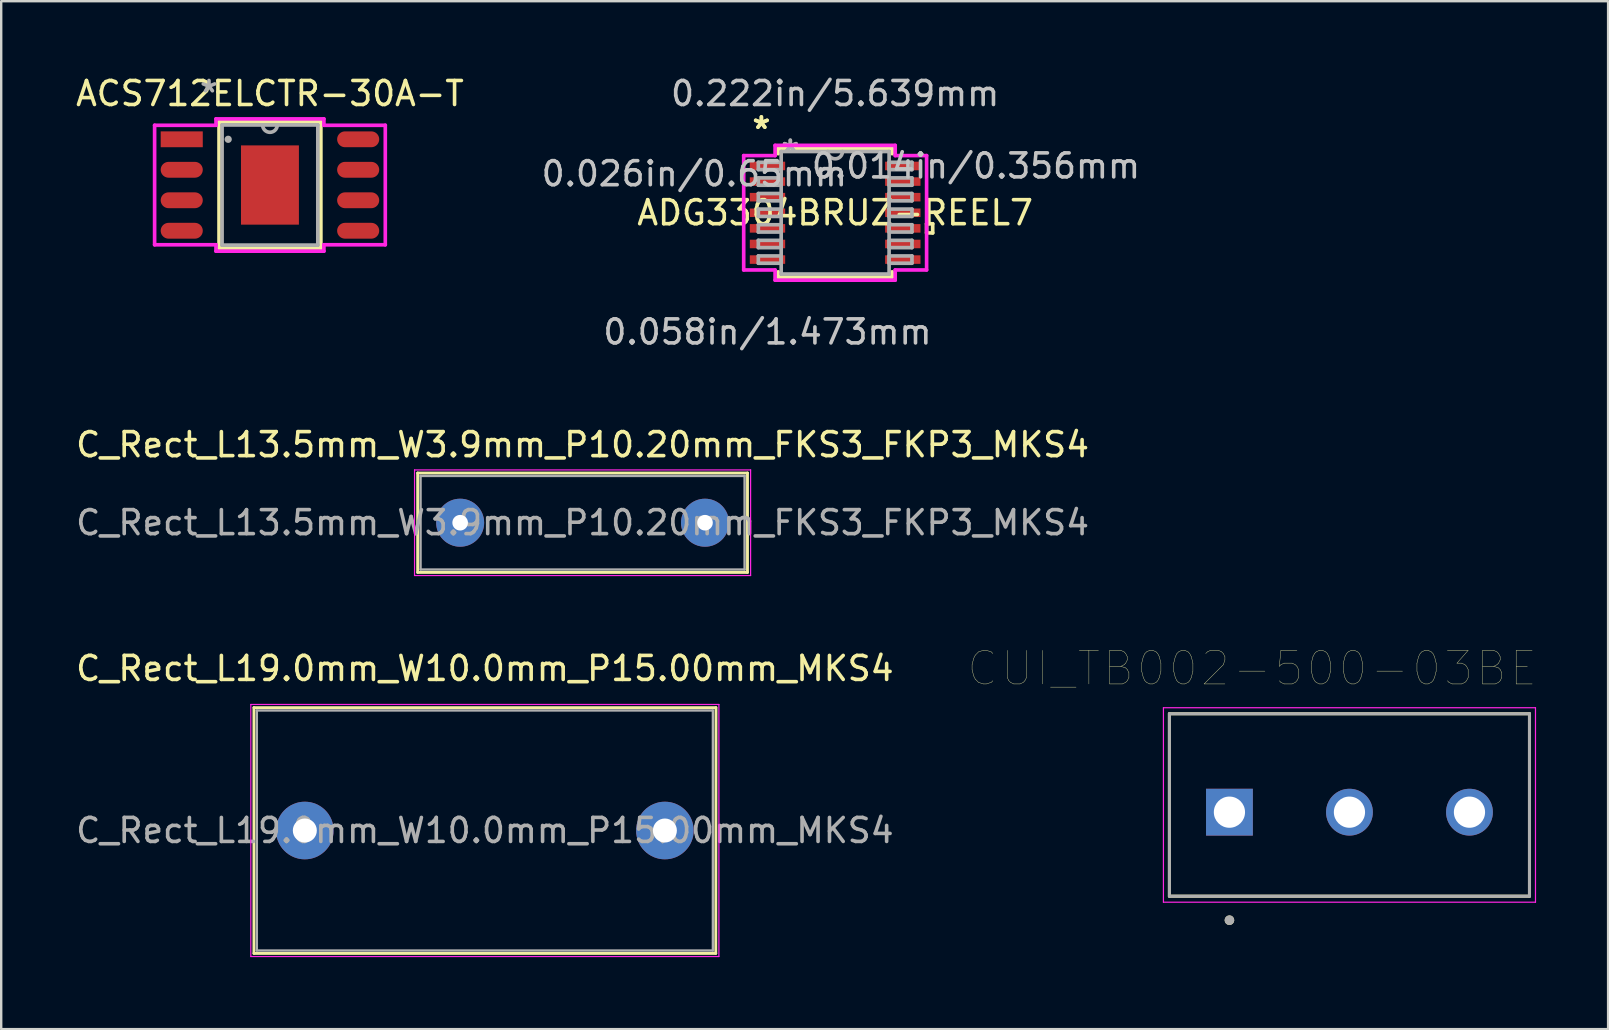
<source format=kicad_pcb>
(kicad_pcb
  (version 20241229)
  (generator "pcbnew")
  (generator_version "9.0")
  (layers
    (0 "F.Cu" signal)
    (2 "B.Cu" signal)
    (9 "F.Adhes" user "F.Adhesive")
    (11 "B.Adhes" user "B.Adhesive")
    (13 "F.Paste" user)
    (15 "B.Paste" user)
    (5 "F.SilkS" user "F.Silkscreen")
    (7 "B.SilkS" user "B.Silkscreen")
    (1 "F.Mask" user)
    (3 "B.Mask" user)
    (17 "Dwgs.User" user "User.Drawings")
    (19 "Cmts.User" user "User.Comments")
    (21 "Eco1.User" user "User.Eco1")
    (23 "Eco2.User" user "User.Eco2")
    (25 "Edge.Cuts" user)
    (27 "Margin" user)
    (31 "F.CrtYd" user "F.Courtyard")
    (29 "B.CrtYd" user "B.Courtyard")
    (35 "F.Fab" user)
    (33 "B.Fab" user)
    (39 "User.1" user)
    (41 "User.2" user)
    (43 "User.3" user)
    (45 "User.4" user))
  (footprint "ADG3304BRUZ-REEL7"
    (layer "F.Cu")
    (at 31.742 5.814)
    (property "Reference" "ADG3304BRUZ-REEL7" (at 0 0 0) (layer "F.SilkS") (effects (font (size 1 1) (thickness 0.15))))
    (attr through_hole)
    (fp_line (start -2.375 -2.68) (end -2.375 -2.461) (stroke (width 0.152) (type solid)) (layer "F.SilkS"))
    (fp_line (start -2.375 2.461) (end -2.375 2.68) (stroke (width 0.152) (type solid)) (layer "F.SilkS"))
    (fp_line (start -2.375 2.68) (end 2.375 2.68) (stroke (width 0.152) (type solid)) (layer "F.SilkS"))
    (fp_line (start 2.375 -2.68) (end -2.375 -2.68) (stroke (width 0.152) (type solid)) (layer "F.SilkS"))
    (fp_line (start 2.375 -2.461) (end 2.375 -2.68) (stroke (width 0.152) (type solid)) (layer "F.SilkS"))
    (fp_line (start 2.375 2.68) (end 2.375 2.461) (stroke (width 0.152) (type solid)) (layer "F.SilkS"))
    (fp_line (start 3.81 0.459) (end 4.064 0.459) (stroke (width 0.152) (type solid)) (layer "F.SilkS"))
    (fp_line (start 3.81 0.84) (end 3.81 0.459) (stroke (width 0.152) (type solid)) (layer "F.SilkS"))
    (fp_line (start 4.064 0.459) (end 4.064 0.84) (stroke (width 0.152) (type solid)) (layer "F.SilkS"))
    (fp_line (start 4.064 0.84) (end 3.81 0.84) (stroke (width 0.152) (type solid)) (layer "F.SilkS"))
    (fp_line (start -3.81 -2.382) (end -2.502 -2.382) (stroke (width 0.152) (type solid)) (layer "F.CrtYd"))
    (fp_line (start -3.81 2.382) (end -3.81 -2.382) (stroke (width 0.152) (type solid)) (layer "F.CrtYd"))
    (fp_line (start -2.502 -2.807) (end 2.502 -2.807) (stroke (width 0.152) (type solid)) (layer "F.CrtYd"))
    (fp_line (start -2.502 -2.382) (end -2.502 -2.807) (stroke (width 0.152) (type solid)) (layer "F.CrtYd"))
    (fp_line (start -2.502 2.382) (end -3.81 2.382) (stroke (width 0.152) (type solid)) (layer "F.CrtYd"))
    (fp_line (start -2.502 2.807) (end -2.502 2.382) (stroke (width 0.152) (type solid)) (layer "F.CrtYd"))
    (fp_line (start 2.502 -2.807) (end 2.502 -2.382) (stroke (width 0.152) (type solid)) (layer "F.CrtYd"))
    (fp_line (start 2.502 -2.382) (end 3.81 -2.382) (stroke (width 0.152) (type solid)) (layer "F.CrtYd"))
    (fp_line (start 2.502 2.382) (end 2.502 2.807) (stroke (width 0.152) (type solid)) (layer "F.CrtYd"))
    (fp_line (start 2.502 2.807) (end -2.502 2.807) (stroke (width 0.152) (type solid)) (layer "F.CrtYd"))
    (fp_line (start 3.81 -2.382) (end 3.81 2.382) (stroke (width 0.152) (type solid)) (layer "F.CrtYd"))
    (fp_line (start 3.81 2.382) (end 2.502 2.382) (stroke (width 0.152) (type solid)) (layer "F.CrtYd"))
    (fp_line (start -3.2 -2.102) (end -3.2 -1.798) (stroke (width 0.152) (type solid)) (layer "F.Fab"))
    (fp_line (start -3.2 -1.798) (end -2.248 -1.798) (stroke (width 0.152) (type solid)) (layer "F.Fab"))
    (fp_line (start -3.2 -1.452) (end -3.2 -1.148) (stroke (width 0.152) (type solid)) (layer "F.Fab"))
    (fp_line (start -3.2 -1.148) (end -2.248 -1.148) (stroke (width 0.152) (type solid)) (layer "F.Fab"))
    (fp_line (start -3.2 -0.802) (end -3.2 -0.498) (stroke (width 0.152) (type solid)) (layer "F.Fab"))
    (fp_line (start -3.2 -0.498) (end -2.248 -0.498) (stroke (width 0.152) (type solid)) (layer "F.Fab"))
    (fp_line (start -3.2 -0.152) (end -3.2 0.152) (stroke (width 0.152) (type solid)) (layer "F.Fab"))
    (fp_line (start -3.2 0.152) (end -2.248 0.152) (stroke (width 0.152) (type solid)) (layer "F.Fab"))
    (fp_line (start -3.2 0.498) (end -3.2 0.802) (stroke (width 0.152) (type solid)) (layer "F.Fab"))
    (fp_line (start -3.2 0.802) (end -2.248 0.802) (stroke (width 0.152) (type solid)) (layer "F.Fab"))
    (fp_line (start -3.2 1.148) (end -3.2 1.452) (stroke (width 0.152) (type solid)) (layer "F.Fab"))
    (fp_line (start -3.2 1.452) (end -2.248 1.452) (stroke (width 0.152) (type solid)) (layer "F.Fab"))
    (fp_line (start -3.2 1.798) (end -3.2 2.102) (stroke (width 0.152) (type solid)) (layer "F.Fab"))
    (fp_line (start -3.2 2.102) (end -2.248 2.102) (stroke (width 0.152) (type solid)) (layer "F.Fab"))
    (fp_line (start -2.248 -2.553) (end -2.248 2.553) (stroke (width 0.152) (type solid)) (layer "F.Fab"))
    (fp_line (start -2.248 -2.102) (end -3.2 -2.102) (stroke (width 0.152) (type solid)) (layer "F.Fab"))
    (fp_line (start -2.248 -1.798) (end -2.248 -2.102) (stroke (width 0.152) (type solid)) (layer "F.Fab"))
    (fp_line (start -2.248 -1.452) (end -3.2 -1.452) (stroke (width 0.152) (type solid)) (layer "F.Fab"))
    (fp_line (start -2.248 -1.148) (end -2.248 -1.452) (stroke (width 0.152) (type solid)) (layer "F.Fab"))
    (fp_line (start -2.248 -0.802) (end -3.2 -0.802) (stroke (width 0.152) (type solid)) (layer "F.Fab"))
    (fp_line (start -2.248 -0.498) (end -2.248 -0.802) (stroke (width 0.152) (type solid)) (layer "F.Fab"))
    (fp_line (start -2.248 -0.152) (end -3.2 -0.152) (stroke (width 0.152) (type solid)) (layer "F.Fab"))
    (fp_line (start -2.248 0.152) (end -2.248 -0.152) (stroke (width 0.152) (type solid)) (layer "F.Fab"))
    (fp_line (start -2.248 0.498) (end -3.2 0.498) (stroke (width 0.152) (type solid)) (layer "F.Fab"))
    (fp_line (start -2.248 0.802) (end -2.248 0.498) (stroke (width 0.152) (type solid)) (layer "F.Fab"))
    (fp_line (start -2.248 1.148) (end -3.2 1.148) (stroke (width 0.152) (type solid)) (layer "F.Fab"))
    (fp_line (start -2.248 1.452) (end -2.248 1.148) (stroke (width 0.152) (type solid)) (layer "F.Fab"))
    (fp_line (start -2.248 1.798) (end -3.2 1.798) (stroke (width 0.152) (type solid)) (layer "F.Fab"))
    (fp_line (start -2.248 2.102) (end -2.248 1.798) (stroke (width 0.152) (type solid)) (layer "F.Fab"))
    (fp_line (start -2.248 2.553) (end 2.248 2.553) (stroke (width 0.152) (type solid)) (layer "F.Fab"))
    (fp_line (start 2.248 -2.553) (end -2.248 -2.553) (stroke (width 0.152) (type solid)) (layer "F.Fab"))
    (fp_line (start 2.248 -2.102) (end 2.248 -1.798) (stroke (width 0.152) (type solid)) (layer "F.Fab"))
    (fp_line (start 2.248 -1.798) (end 3.2 -1.798) (stroke (width 0.152) (type solid)) (layer "F.Fab"))
    (fp_line (start 2.248 -1.452) (end 2.248 -1.148) (stroke (width 0.152) (type solid)) (layer "F.Fab"))
    (fp_line (start 2.248 -1.148) (end 3.2 -1.148) (stroke (width 0.152) (type solid)) (layer "F.Fab"))
    (fp_line (start 2.248 -0.802) (end 2.248 -0.498) (stroke (width 0.152) (type solid)) (layer "F.Fab"))
    (fp_line (start 2.248 -0.498) (end 3.2 -0.498) (stroke (width 0.152) (type solid)) (layer "F.Fab"))
    (fp_line (start 2.248 -0.152) (end 2.248 0.152) (stroke (width 0.152) (type solid)) (layer "F.Fab"))
    (fp_line (start 2.248 0.152) (end 3.2 0.152) (stroke (width 0.152) (type solid)) (layer "F.Fab"))
    (fp_line (start 2.248 0.498) (end 2.248 0.802) (stroke (width 0.152) (type solid)) (layer "F.Fab"))
    (fp_line (start 2.248 0.802) (end 3.2 0.802) (stroke (width 0.152) (type solid)) (layer "F.Fab"))
    (fp_line (start 2.248 1.148) (end 2.248 1.452) (stroke (width 0.152) (type solid)) (layer "F.Fab"))
    (fp_line (start 2.248 1.452) (end 3.2 1.452) (stroke (width 0.152) (type solid)) (layer "F.Fab"))
    (fp_line (start 2.248 1.798) (end 2.248 2.102) (stroke (width 0.152) (type solid)) (layer "F.Fab"))
    (fp_line (start 2.248 2.102) (end 3.2 2.102) (stroke (width 0.152) (type solid)) (layer "F.Fab"))
    (fp_line (start 2.248 2.553) (end 2.248 -2.553) (stroke (width 0.152) (type solid)) (layer "F.Fab"))
    (fp_line (start 3.2 -2.102) (end 2.248 -2.102) (stroke (width 0.152) (type solid)) (layer "F.Fab"))
    (fp_line (start 3.2 -1.798) (end 3.2 -2.102) (stroke (width 0.152) (type solid)) (layer "F.Fab"))
    (fp_line (start 3.2 -1.452) (end 2.248 -1.452) (stroke (width 0.152) (type solid)) (layer "F.Fab"))
    (fp_line (start 3.2 -1.148) (end 3.2 -1.452) (stroke (width 0.152) (type solid)) (layer "F.Fab"))
    (fp_line (start 3.2 -0.802) (end 2.248 -0.802) (stroke (width 0.152) (type solid)) (layer "F.Fab"))
    (fp_line (start 3.2 -0.498) (end 3.2 -0.802) (stroke (width 0.152) (type solid)) (layer "F.Fab"))
    (fp_line (start 3.2 -0.152) (end 2.248 -0.152) (stroke (width 0.152) (type solid)) (layer "F.Fab"))
    (fp_line (start 3.2 0.152) (end 3.2 -0.152) (stroke (width 0.152) (type solid)) (layer "F.Fab"))
    (fp_line (start 3.2 0.498) (end 2.248 0.498) (stroke (width 0.152) (type solid)) (layer "F.Fab"))
    (fp_line (start 3.2 0.802) (end 3.2 0.498) (stroke (width 0.152) (type solid)) (layer "F.Fab"))
    (fp_line (start 3.2 1.148) (end 2.248 1.148) (stroke (width 0.152) (type solid)) (layer "F.Fab"))
    (fp_line (start 3.2 1.452) (end 3.2 1.148) (stroke (width 0.152) (type solid)) (layer "F.Fab"))
    (fp_line (start 3.2 1.798) (end 2.248 1.798) (stroke (width 0.152) (type solid)) (layer "F.Fab"))
    (fp_line (start 3.2 2.102) (end 3.2 1.798) (stroke (width 0.152) (type solid)) (layer "F.Fab"))
    (fp_arc (start 0.3048 -2.5527) (mid 0 -2.2479) (end -0.3048 -2.5527) (stroke (width 0.1524) (type solid)) (layer "F.Fab"))
    (fp_text user "*" (at -3.073 -3.449 0) (layer "F.SilkS") (effects (font (size 1 1) (thickness 0.15))))
    (fp_text user "*" (at -3.073 -3.449 0) (layer "F.SilkS") (effects (font (size 1 1) (thickness 0.15))))
    (fp_text user "0.026in/0.65mm" (at -5.867 -1.625 0) (layer "Dwgs.User") (effects (font (size 1 1) (thickness 0.15))))
    (fp_text user "0.014in/0.356mm" (at 5.867 -1.95 0) (layer "Dwgs.User") (effects (font (size 1 1) (thickness 0.15))))
    (fp_text user "0.058in/1.473mm" (at -2.819 4.966 0) (layer "Dwgs.User") (effects (font (size 1 1) (thickness 0.15))))
    (fp_text user "0.222in/5.639mm" (at 0 -4.966 0) (layer "Dwgs.User") (effects (font (size 1 1) (thickness 0.15))))
    (fp_text user "Copyright 2016 Accelerated Designs. All rights reserved." (at 0 0 0) (layer "Cmts.User") (effects (font (size 0.127 0.127) (thickness 0.002))))
    (fp_text user "*" (at -1.867 -2.477 0) (layer "F.Fab") (effects (font (size 1 1) (thickness 0.15))))
    (fp_text user "*" (at -1.867 -2.477 0) (layer "F.Fab") (effects (font (size 1 1) (thickness 0.15))))
    (pad "1" smd rect (at -2.819 -1.95) (size 1.473 0.356) (layers "F.Cu" "F.Mask" "F.Paste"))
    (pad "2" smd rect (at -2.819 -1.3) (size 1.473 0.356) (layers "F.Cu" "F.Mask" "F.Paste"))
    (pad "3" smd rect (at -2.819 -0.65) (size 1.473 0.356) (layers "F.Cu" "F.Mask" "F.Paste"))
    (pad "4" smd rect (at -2.819 0) (size 1.473 0.356) (layers "F.Cu" "F.Mask" "F.Paste"))
    (pad "5" smd rect (at -2.819 0.65) (size 1.473 0.356) (layers "F.Cu" "F.Mask" "F.Paste"))
    (pad "6" smd rect (at -2.819 1.3) (size 1.473 0.356) (layers "F.Cu" "F.Mask" "F.Paste"))
    (pad "7" smd rect (at -2.819 1.95) (size 1.473 0.356) (layers "F.Cu" "F.Mask" "F.Paste"))
    (pad "8" smd rect (at 2.819 1.95) (size 1.473 0.356) (layers "F.Cu" "F.Mask" "F.Paste"))
    (pad "9" smd rect (at 2.819 1.3) (size 1.473 0.356) (layers "F.Cu" "F.Mask" "F.Paste"))
    (pad "10" smd rect (at 2.819 0.65) (size 1.473 0.356) (layers "F.Cu" "F.Mask" "F.Paste"))
    (pad "11" smd rect (at 2.819 0) (size 1.473 0.356) (layers "F.Cu" "F.Mask" "F.Paste"))
    (pad "12" smd rect (at 2.819 -0.65) (size 1.473 0.356) (layers "F.Cu" "F.Mask" "F.Paste"))
    (pad "13" smd rect (at 2.819 -1.3) (size 1.473 0.356) (layers "F.Cu" "F.Mask" "F.Paste"))
    (pad "14" smd rect (at 2.819 -1.95) (size 1.473 0.356) (layers "F.Cu" "F.Mask" "F.Paste")))
  (footprint "C_Rect_L19.0mm_W10.0mm_P15.00mm_MKS4"
    (layer "F.Cu")
    (at 9.649 31.549)
    (property "Reference" "C_Rect_L19.0mm_W10.0mm_P15.00mm_MKS4" (at 7.5 -6.75 0) (layer "F.SilkS") (effects (font (size 1 1) (thickness 0.15))))
    (attr through_hole)
    (fp_line (start -2.12 -5.12) (end -2.12 5.12) (stroke (width 0.12) (type solid)) (layer "F.SilkS"))
    (fp_line (start -2.12 -5.12) (end 17.12 -5.12) (stroke (width 0.12) (type solid)) (layer "F.SilkS"))
    (fp_line (start -2.12 5.12) (end 17.12 5.12) (stroke (width 0.12) (type solid)) (layer "F.SilkS"))
    (fp_line (start 17.13 -5.12) (end 17.12 5.12) (stroke (width 0.12) (type solid)) (layer "F.SilkS"))
    (fp_line (start -2.25 -5.25) (end -2.25 5.25) (stroke (width 0.05) (type solid)) (layer "F.CrtYd"))
    (fp_line (start -2.25 5.25) (end 17.25 5.25) (stroke (width 0.05) (type solid)) (layer "F.CrtYd"))
    (fp_line (start 17.25 -5.25) (end -2.25 -5.25) (stroke (width 0.05) (type solid)) (layer "F.CrtYd"))
    (fp_line (start 17.25 5.25) (end 17.25 -5.25) (stroke (width 0.05) (type solid)) (layer "F.CrtYd"))
    (fp_line (start -2 -5) (end -2 5) (stroke (width 0.1) (type solid)) (layer "F.Fab"))
    (fp_line (start -2 5) (end 17 5) (stroke (width 0.1) (type solid)) (layer "F.Fab"))
    (fp_line (start 17 -5) (end -2 -5) (stroke (width 0.1) (type solid)) (layer "F.Fab"))
    (fp_line (start 17 5) (end 17 -5) (stroke (width 0.1) (type solid)) (layer "F.Fab"))
    (fp_text user "${REFERENCE}" (at 7.5 0 0) (layer "F.Fab") (effects (font (size 1 1) (thickness 0.15))))
    (pad "1" thru_hole circle (at 0 0) (size 2.4 2.4) (drill 1) (layers "*.Cu" "*.Mask"))
    (pad "2" thru_hole circle (at 15 0) (size 2.4 2.4) (drill 1) (layers "*.Cu" "*.Mask")))
  (footprint "CUI_TB002-500-03BE"
    (layer "F.Cu")
    (at 48.168 30.785)
    (property "Reference" "CUI_TB002-500-03BE" (at 0.945 -5.989 0) (layer "F.SilkS") (effects (font (size 1.4 1.4) (thickness 0.015))))
    (attr through_hole)
    (fp_line (start -2.5 -4.1) (end 12.5 -4.1) (stroke (width 0.127) (type solid)) (layer "F.SilkS"))
    (fp_line (start -2.5 3.5) (end -2.5 -4.1) (stroke (width 0.127) (type solid)) (layer "F.SilkS"))
    (fp_line (start 12.5 -4.1) (end 12.5 3.5) (stroke (width 0.127) (type solid)) (layer "F.SilkS"))
    (fp_line (start 12.5 3.5) (end -2.5 3.5) (stroke (width 0.127) (type solid)) (layer "F.SilkS"))
    (fp_circle (center 0 4.5) (end 0.1 4.5) (stroke (width 0.2) (type solid)) (fill no) (layer "F.SilkS"))
    (fp_line (start -2.75 -4.35) (end 12.75 -4.35) (stroke (width 0.05) (type solid)) (layer "F.CrtYd"))
    (fp_line (start -2.75 3.75) (end -2.75 -4.35) (stroke (width 0.05) (type solid)) (layer "F.CrtYd"))
    (fp_line (start 12.75 -4.35) (end 12.75 3.75) (stroke (width 0.05) (type solid)) (layer "F.CrtYd"))
    (fp_line (start 12.75 3.75) (end -2.75 3.75) (stroke (width 0.05) (type solid)) (layer "F.CrtYd"))
    (fp_line (start -2.5 -4.1) (end 12.5 -4.1) (stroke (width 0.127) (type solid)) (layer "F.Fab"))
    (fp_line (start -2.5 3.5) (end -2.5 -4.1) (stroke (width 0.127) (type solid)) (layer "F.Fab"))
    (fp_line (start 12.5 -4.1) (end 12.5 3.5) (stroke (width 0.127) (type solid)) (layer "F.Fab"))
    (fp_line (start 12.5 3.5) (end -2.5 3.5) (stroke (width 0.127) (type solid)) (layer "F.Fab"))
    (fp_circle (center 0 4.5) (end 0.1 4.5) (stroke (width 0.2) (type solid)) (fill no) (layer "F.Fab"))
    (pad "1" thru_hole rect (at 0 0) (size 1.95 1.95) (drill 1.3) (layers "*.Cu" "*.Mask"))
    (pad "2" thru_hole circle (at 5 0) (size 1.95 1.95) (drill 1.3) (layers "*.Cu" "*.Mask"))
    (pad "3" thru_hole circle (at 10 0) (size 1.95 1.95) (drill 1.3) (layers "*.Cu" "*.Mask")))
  (footprint "ACS712ELCTR-30A-T"
    (layer "F.Cu")
    (at 8.196 4.658)
    (property "Reference" "ACS712ELCTR-30A-T" (at 0 -3.81 0) (layer "F.SilkS") (effects (font (size 1 1) (thickness 0.15))))
    (attr through_hole)
    (fp_line (start -2.121 -2.629) (end -2.121 2.629) (stroke (width 0.152) (type solid)) (layer "F.SilkS"))
    (fp_line (start -2.121 2.629) (end 2.121 2.629) (stroke (width 0.152) (type solid)) (layer "F.SilkS"))
    (fp_line (start 2.121 -2.629) (end -2.121 -2.629) (stroke (width 0.152) (type solid)) (layer "F.SilkS"))
    (fp_line (start 2.121 2.629) (end 2.121 -2.629) (stroke (width 0.152) (type solid)) (layer "F.SilkS"))
    (fp_line (start -1.107 -1.551) (end -1.107 -0.1) (stroke (width 0.152) (type solid)) (layer "F.Paste"))
    (fp_line (start -1.107 -0.1) (end 1.107 -0.1) (stroke (width 0.152) (type solid)) (layer "F.Paste"))
    (fp_line (start -1.107 0.1) (end -1.107 1.551) (stroke (width 0.152) (type solid)) (layer "F.Paste"))
    (fp_line (start -1.107 1.551) (end 1.107 1.551) (stroke (width 0.152) (type solid)) (layer "F.Paste"))
    (fp_line (start 1.107 -1.551) (end -1.107 -1.551) (stroke (width 0.152) (type solid)) (layer "F.Paste"))
    (fp_line (start 1.107 -0.1) (end 1.107 -1.551) (stroke (width 0.152) (type solid)) (layer "F.Paste"))
    (fp_line (start 1.107 0.1) (end -1.107 0.1) (stroke (width 0.152) (type solid)) (layer "F.Paste"))
    (fp_line (start 1.107 1.551) (end 1.107 0.1) (stroke (width 0.152) (type solid)) (layer "F.Paste"))
    (fp_line (start -4.805 -2.489) (end -2.248 -2.489) (stroke (width 0.152) (type solid)) (layer "F.CrtYd"))
    (fp_line (start -4.805 2.489) (end -4.805 -2.489) (stroke (width 0.152) (type solid)) (layer "F.CrtYd"))
    (fp_line (start -2.248 -2.756) (end 2.248 -2.756) (stroke (width 0.152) (type solid)) (layer "F.CrtYd"))
    (fp_line (start -2.248 -2.489) (end -2.248 -2.756) (stroke (width 0.152) (type solid)) (layer "F.CrtYd"))
    (fp_line (start -2.248 2.489) (end -4.805 2.489) (stroke (width 0.152) (type solid)) (layer "F.CrtYd"))
    (fp_line (start -2.248 2.756) (end -2.248 2.489) (stroke (width 0.152) (type solid)) (layer "F.CrtYd"))
    (fp_line (start 2.248 -2.756) (end 2.248 -2.489) (stroke (width 0.152) (type solid)) (layer "F.CrtYd"))
    (fp_line (start 2.248 -2.489) (end 4.805 -2.489) (stroke (width 0.152) (type solid)) (layer "F.CrtYd"))
    (fp_line (start 2.248 2.489) (end 2.248 2.756) (stroke (width 0.152) (type solid)) (layer "F.CrtYd"))
    (fp_line (start 2.248 2.756) (end -2.248 2.756) (stroke (width 0.152) (type solid)) (layer "F.CrtYd"))
    (fp_line (start 4.805 -2.489) (end 4.805 2.489) (stroke (width 0.152) (type solid)) (layer "F.CrtYd"))
    (fp_line (start 4.805 2.489) (end 2.248 2.489) (stroke (width 0.152) (type solid)) (layer "F.CrtYd"))
    (fp_line (start -1.994 -2.502) (end -1.994 2.502) (stroke (width 0.152) (type solid)) (layer "F.Fab"))
    (fp_line (start -1.994 2.502) (end 1.994 2.502) (stroke (width 0.152) (type solid)) (layer "F.Fab"))
    (fp_line (start 1.994 -2.502) (end -1.994 -2.502) (stroke (width 0.152) (type solid)) (layer "F.Fab"))
    (fp_line (start 1.994 2.502) (end 1.994 -2.502) (stroke (width 0.152) (type solid)) (layer "F.Fab"))
    (fp_arc (start 0.3048 -2.5019) (mid 0 -2.1971) (end -0.3048 -2.5019) (stroke (width 0.1524) (type solid)) (layer "F.Fab"))
    (fp_circle (center -1.74 -1.905) (end -1.74 -1.905) (stroke (width 0.152) (type solid)) (fill no) (layer "F.Fab"))
    (fp_text user "*" (at -2.54 -3.81 0) (layer "F.Fab") (effects (font (size 1 1) (thickness 0.15))))
    (pad "1" smd rect (at -3.675 -1.905) (size 1.753 0.66) (layers "F.Cu" "F.Mask" "F.Paste"))
    (pad "2" smd oval (at -3.675 -0.635) (size 1.753 0.66) (layers "F.Cu" "F.Mask" "F.Paste"))
    (pad "3" smd oval (at -3.675 0.635) (size 1.753 0.66) (layers "F.Cu" "F.Mask" "F.Paste"))
    (pad "4" smd oval (at -3.675 1.905) (size 1.753 0.66) (layers "F.Cu" "F.Mask" "F.Paste"))
    (pad "5" smd oval (at 3.675 1.905) (size 1.753 0.66) (layers "F.Cu" "F.Mask" "F.Paste"))
    (pad "6" smd oval (at 3.675 0.635) (size 1.753 0.66) (layers "F.Cu" "F.Mask" "F.Paste"))
    (pad "7" smd oval (at 3.675 -0.635) (size 1.753 0.66) (layers "F.Cu" "F.Mask" "F.Paste"))
    (pad "8" smd oval (at 3.675 -1.905) (size 1.753 0.66) (layers "F.Cu" "F.Mask" "F.Paste"))
    (pad "9" smd rect (at 0 0) (size 2.413 3.302) (layers "F.Cu" "F.Mask" "F.Paste")))
  (footprint "C_Rect_L13.5mm_W3.9mm_P10.20mm_FKS3_FKP3_MKS4"
    (layer "F.Cu")
    (at 16.22 18.726)
    (property "Reference" "C_Rect_L13.5mm_W3.9mm_P10.20mm_FKS3_FKP3_MKS4" (at 5 -3.25 0) (layer "F.SilkS") (effects (font (size 1 1) (thickness 0.15))))
    (attr through_hole)
    (fp_line (start -1.87 -2.07) (end -1.87 2.07) (stroke (width 0.12) (type solid)) (layer "F.SilkS"))
    (fp_line (start -1.87 -2.07) (end 11.87 -2.07) (stroke (width 0.12) (type solid)) (layer "F.SilkS"))
    (fp_line (start -1.87 2.07) (end 11.87 2.07) (stroke (width 0.12) (type solid)) (layer "F.SilkS"))
    (fp_line (start 11.87 -2.07) (end 11.87 2.07) (stroke (width 0.12) (type solid)) (layer "F.SilkS"))
    (fp_line (start -2 -2.2) (end -2 2.2) (stroke (width 0.05) (type solid)) (layer "F.CrtYd"))
    (fp_line (start -2 2.2) (end 12 2.2) (stroke (width 0.05) (type solid)) (layer "F.CrtYd"))
    (fp_line (start 12 -2.2) (end -2 -2.2) (stroke (width 0.05) (type solid)) (layer "F.CrtYd"))
    (fp_line (start 12 2.2) (end 12 -2.2) (stroke (width 0.05) (type solid)) (layer "F.CrtYd"))
    (fp_line (start -1.75 -1.95) (end -1.75 1.95) (stroke (width 0.1) (type solid)) (layer "F.Fab"))
    (fp_line (start -1.75 1.95) (end 11.75 1.95) (stroke (width 0.1) (type solid)) (layer "F.Fab"))
    (fp_line (start 11.75 -1.95) (end -1.75 -1.95) (stroke (width 0.1) (type solid)) (layer "F.Fab"))
    (fp_line (start 11.75 1.95) (end 11.75 -1.95) (stroke (width 0.1) (type solid)) (layer "F.Fab"))
    (fp_text user "${REFERENCE}" (at 5 0 0) (layer "F.Fab") (effects (font (size 1 1) (thickness 0.15))))
    (pad "1" thru_hole circle (at -0.1 0) (size 2 2) (drill 0.65) (layers "*.Cu" "*.Mask"))
    (pad "2" thru_hole circle (at 10.1 0) (size 2 2) (drill 0.65) (layers "*.Cu" "*.Mask")))
  (gr_rect
    (start -3 -3)
    (end 63.943 39.824)
    (stroke (width 0.1) (type default))
    (fill no)
    (layer "Edge.Cuts")))
</source>
